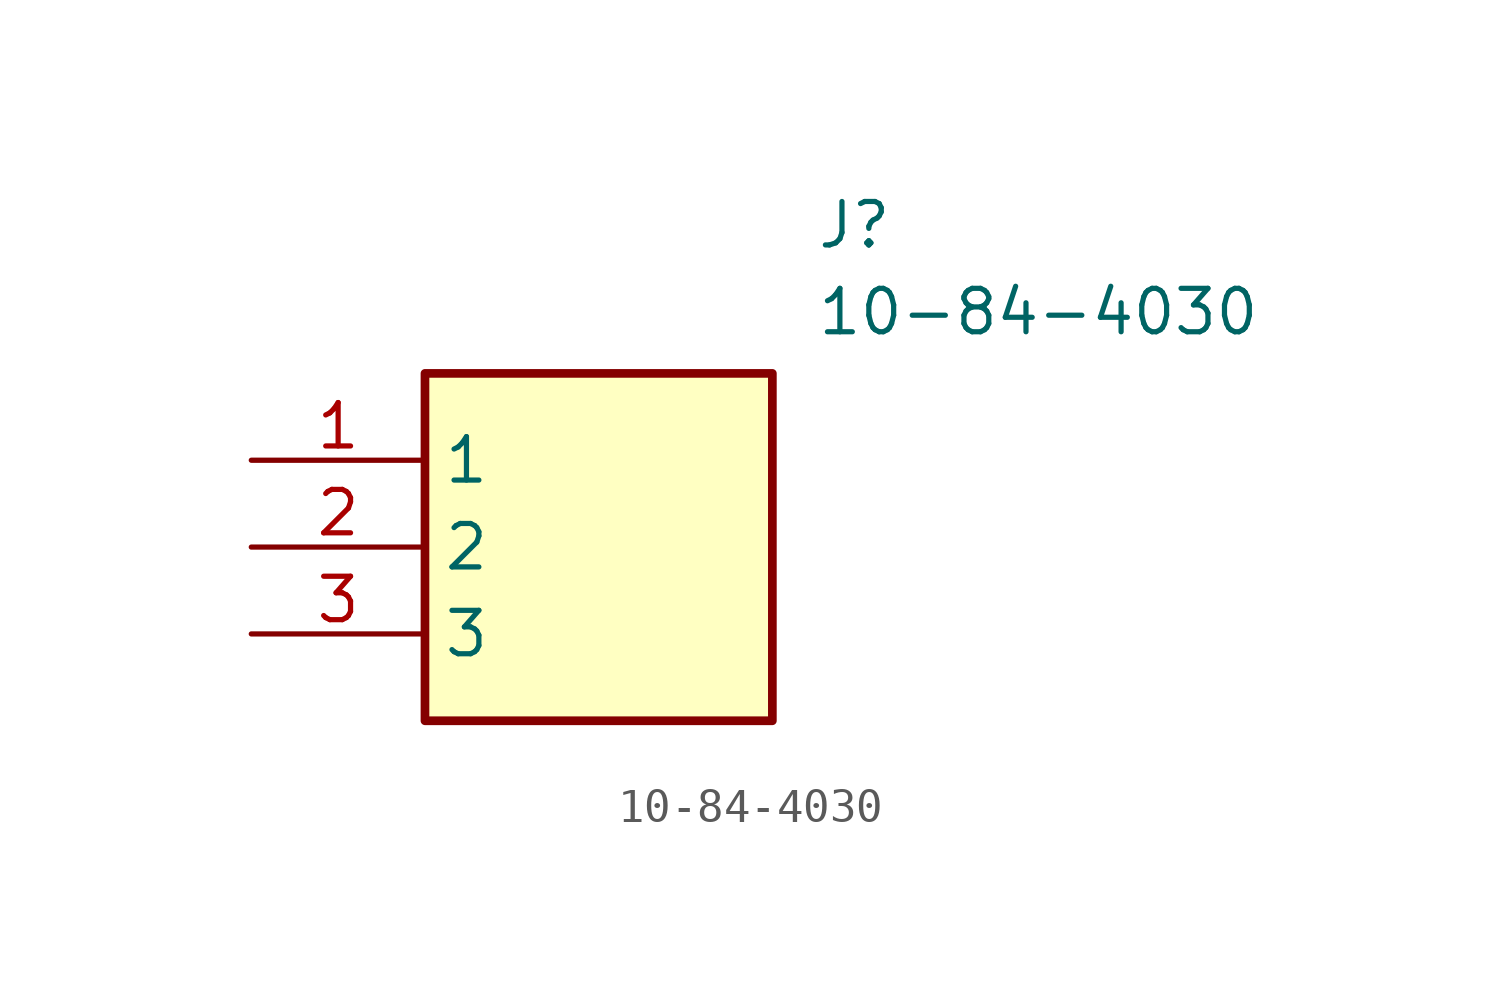
<source format=kicad_sym>
(kicad_symbol_lib
  (version 20211014)
  (generator SamacSys_ECAD_Model)
  (symbol "10-84-4030"
    (property "Reference" "J"
      (at 16.51 7.62 0)
      (effects (font (size 1.27 1.27)) (justify left top)))
    (property "Value" "10-84-4030"
      (at 16.51 5.08 0)
      (effects (font (size 1.27 1.27)) (justify left top)))
    (rectangle
      (start 5.08 2.54)
      (end 15.24 -7.62)
      (stroke (width 0.254) (type default))
      (fill (type background)))
    (pin passive line
      (at 0 0 0)
      (length 5.08)
      (name "1" (effects (font (size 1.27 1.27))))
      (number "1" (effects (font (size 1.27 1.27)))))
    (pin passive line
      (at 0 -2.54 0)
      (length 5.08)
      (name "2" (effects (font (size 1.27 1.27))))
      (number "2" (effects (font (size 1.27 1.27)))))
    (pin passive line
      (at 0 -5.08 0)
      (length 5.08)
      (name "3" (effects (font (size 1.27 1.27))))
      (number "3" (effects (font (size 1.27 1.27)))))))
</source>
